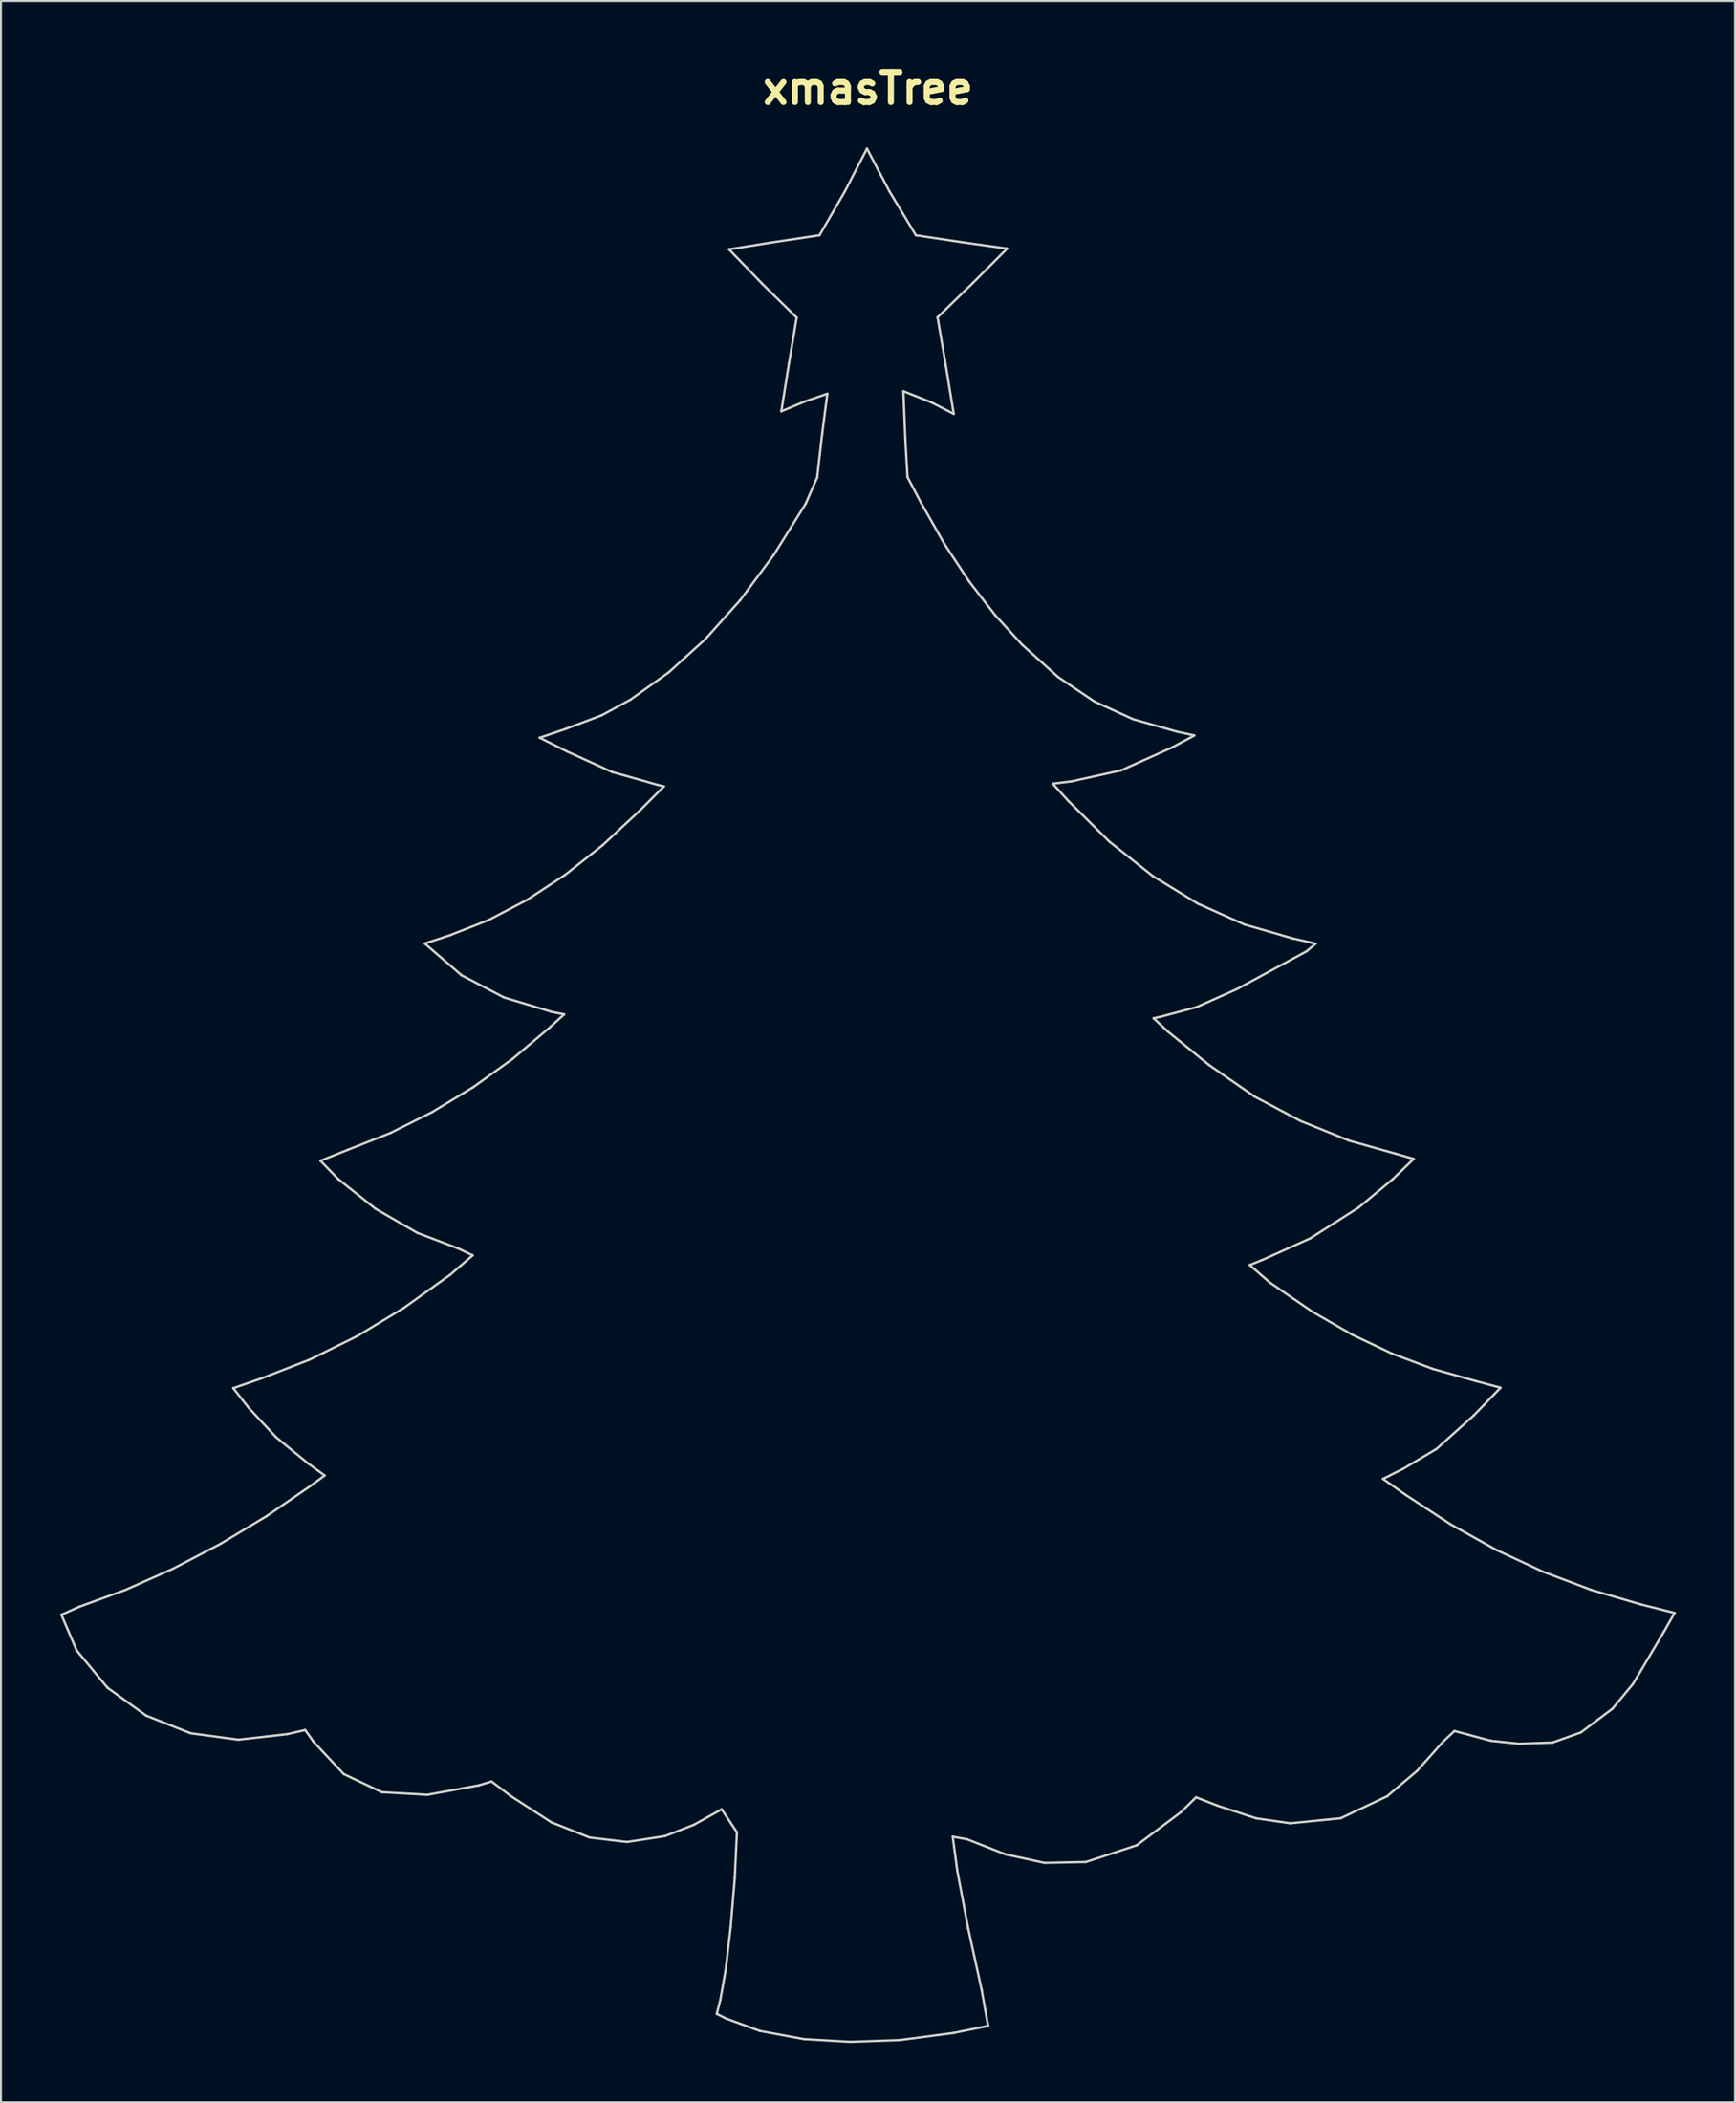
<source format=kicad_pcb>
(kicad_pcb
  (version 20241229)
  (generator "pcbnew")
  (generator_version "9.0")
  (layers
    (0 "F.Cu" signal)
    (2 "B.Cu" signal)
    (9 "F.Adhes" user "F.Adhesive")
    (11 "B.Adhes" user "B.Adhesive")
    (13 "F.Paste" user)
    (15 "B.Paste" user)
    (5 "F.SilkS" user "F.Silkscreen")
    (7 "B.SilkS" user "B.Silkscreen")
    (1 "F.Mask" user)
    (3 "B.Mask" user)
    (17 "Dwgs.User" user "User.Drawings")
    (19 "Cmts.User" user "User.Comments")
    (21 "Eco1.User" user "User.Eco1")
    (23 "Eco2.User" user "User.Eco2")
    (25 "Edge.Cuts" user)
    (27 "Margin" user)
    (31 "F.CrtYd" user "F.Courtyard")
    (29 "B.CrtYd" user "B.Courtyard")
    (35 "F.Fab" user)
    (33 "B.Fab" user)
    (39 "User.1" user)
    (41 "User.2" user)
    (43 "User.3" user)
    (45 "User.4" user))
  (footprint "xmasTree"
    (layer "F.Cu")
    (at 40.917 52.429)
    (property "Reference" "xmasTree" (at 0 -51.002 0) (layer "F.SilkS") (effects (font (size 1.524 1.524) (thickness 0.305))))
    (attr smd)
    (fp_line (start -40.857 26.28) (end -39.953 25.875) (stroke (width 0.12) (type solid)) (layer "Edge.Cuts"))
    (fp_line (start -40.085 28.086) (end -40.857 26.28) (stroke (width 0.12) (type solid)) (layer "Edge.Cuts"))
    (fp_line (start -39.953 25.875) (end -37.606 25.019) (stroke (width 0.12) (type solid)) (layer "Edge.Cuts"))
    (fp_line (start -38.523 29.975) (end -40.085 28.086) (stroke (width 0.12) (type solid)) (layer "Edge.Cuts"))
    (fp_line (start -37.606 25.019) (end -35.205 23.95) (stroke (width 0.12) (type solid)) (layer "Edge.Cuts"))
    (fp_line (start -36.563 31.387) (end -38.523 29.975) (stroke (width 0.12) (type solid)) (layer "Edge.Cuts"))
    (fp_line (start -35.205 23.95) (end -32.804 22.695) (stroke (width 0.12) (type solid)) (layer "Edge.Cuts"))
    (fp_line (start -34.317 32.279) (end -36.563 31.387) (stroke (width 0.12) (type solid)) (layer "Edge.Cuts"))
    (fp_line (start -32.804 22.695) (end -30.459 21.285) (stroke (width 0.12) (type solid)) (layer "Edge.Cuts"))
    (fp_line (start -32.153 14.806) (end -30.722 14.311) (stroke (width 0.12) (type solid)) (layer "Edge.Cuts"))
    (fp_line (start -31.895 32.606) (end -34.317 32.279) (stroke (width 0.12) (type solid)) (layer "Edge.Cuts"))
    (fp_line (start -31.372 15.8) (end -32.153 14.806) (stroke (width 0.12) (type solid)) (layer "Edge.Cuts"))
    (fp_line (start -30.722 14.311) (end -28.28 13.362) (stroke (width 0.12) (type solid)) (layer "Edge.Cuts"))
    (fp_line (start -30.459 21.285) (end -28.223 19.746) (stroke (width 0.12) (type solid)) (layer "Edge.Cuts"))
    (fp_line (start -29.978 17.295) (end -31.372 15.8) (stroke (width 0.12) (type solid)) (layer "Edge.Cuts"))
    (fp_line (start -29.408 32.324) (end -31.895 32.606) (stroke (width 0.12) (type solid)) (layer "Edge.Cuts"))
    (fp_line (start -28.508 32.115) (end -29.408 32.324) (stroke (width 0.12) (type solid)) (layer "Edge.Cuts"))
    (fp_line (start -28.378 18.606) (end -29.978 17.295) (stroke (width 0.12) (type solid)) (layer "Edge.Cuts"))
    (fp_line (start -28.28 13.362) (end -25.882 12.176) (stroke (width 0.12) (type solid)) (layer "Edge.Cuts"))
    (fp_line (start -28.223 19.746) (end -27.523 19.23) (stroke (width 0.12) (type solid)) (layer "Edge.Cuts"))
    (fp_line (start -28.086 32.709) (end -28.508 32.115) (stroke (width 0.12) (type solid)) (layer "Edge.Cuts"))
    (fp_line (start -27.736 3.293) (end -26.315 2.726) (stroke (width 0.12) (type solid)) (layer "Edge.Cuts"))
    (fp_line (start -27.523 19.23) (end -28.378 18.606) (stroke (width 0.12) (type solid)) (layer "Edge.Cuts"))
    (fp_line (start -26.832 4.223) (end -27.736 3.293) (stroke (width 0.12) (type solid)) (layer "Edge.Cuts"))
    (fp_line (start -26.554 34.348) (end -28.086 32.709) (stroke (width 0.12) (type solid)) (layer "Edge.Cuts"))
    (fp_line (start -26.315 2.726) (end -24.193 1.888) (stroke (width 0.12) (type solid)) (layer "Edge.Cuts"))
    (fp_line (start -25.882 12.176) (end -23.515 10.747) (stroke (width 0.12) (type solid)) (layer "Edge.Cuts"))
    (fp_line (start -24.941 5.726) (end -26.832 4.223) (stroke (width 0.12) (type solid)) (layer "Edge.Cuts"))
    (fp_line (start -24.627 35.262) (end -26.554 34.348) (stroke (width 0.12) (type solid)) (layer "Edge.Cuts"))
    (fp_line (start -24.193 1.888) (end -22.076 0.829) (stroke (width 0.12) (type solid)) (layer "Edge.Cuts"))
    (fp_line (start -23.515 10.747) (end -21.169 9.069) (stroke (width 0.12) (type solid)) (layer "Edge.Cuts"))
    (fp_line (start -22.833 6.942) (end -24.941 5.726) (stroke (width 0.12) (type solid)) (layer "Edge.Cuts"))
    (fp_line (start -22.453 -7.706) (end -21.176 -8.125) (stroke (width 0.12) (type solid)) (layer "Edge.Cuts"))
    (fp_line (start -22.316 35.394) (end -24.627 35.262) (stroke (width 0.12) (type solid)) (layer "Edge.Cuts"))
    (fp_line (start -22.076 0.829) (end -20.001 -0.43) (stroke (width 0.12) (type solid)) (layer "Edge.Cuts"))
    (fp_line (start -21.176 -8.125) (end -19.223 -8.892) (stroke (width 0.12) (type solid)) (layer "Edge.Cuts"))
    (fp_line (start -21.169 9.069) (end -20.026 8.083) (stroke (width 0.12) (type solid)) (layer "Edge.Cuts"))
    (fp_line (start -20.737 7.741) (end -22.833 6.942) (stroke (width 0.12) (type solid)) (layer "Edge.Cuts"))
    (fp_line (start -20.586 -6.097) (end -22.453 -7.706) (stroke (width 0.12) (type solid)) (layer "Edge.Cuts"))
    (fp_line (start -20.026 8.083) (end -20.737 7.741) (stroke (width 0.12) (type solid)) (layer "Edge.Cuts"))
    (fp_line (start -20.001 -0.43) (end -18.001 -1.867) (stroke (width 0.12) (type solid)) (layer "Edge.Cuts"))
    (fp_line (start -19.709 34.916) (end -22.316 35.394) (stroke (width 0.12) (type solid)) (layer "Edge.Cuts"))
    (fp_line (start -19.223 -8.892) (end -17.278 -9.911) (stroke (width 0.12) (type solid)) (layer "Edge.Cuts"))
    (fp_line (start -19.069 34.721) (end -19.709 34.916) (stroke (width 0.12) (type solid)) (layer "Edge.Cuts"))
    (fp_line (start -18.437 -4.975) (end -20.586 -6.097) (stroke (width 0.12) (type solid)) (layer "Edge.Cuts"))
    (fp_line (start -18.084 35.465) (end -19.069 34.721) (stroke (width 0.12) (type solid)) (layer "Edge.Cuts"))
    (fp_line (start -18.001 -1.867) (end -16.113 -3.461) (stroke (width 0.12) (type solid)) (layer "Edge.Cuts"))
    (fp_line (start -17.278 -9.911) (end -15.35 -11.176) (stroke (width 0.12) (type solid)) (layer "Edge.Cuts"))
    (fp_line (start -16.63 -18.126) (end -15.338 -18.563) (stroke (width 0.12) (type solid)) (layer "Edge.Cuts"))
    (fp_line (start -16.113 -3.461) (end -15.39 -4.122) (stroke (width 0.12) (type solid)) (layer "Edge.Cuts"))
    (fp_line (start -16.032 36.792) (end -18.084 35.465) (stroke (width 0.12) (type solid)) (layer "Edge.Cuts"))
    (fp_line (start -16.01 -4.243) (end -18.437 -4.975) (stroke (width 0.12) (type solid)) (layer "Edge.Cuts"))
    (fp_line (start -15.39 -4.122) (end -16.01 -4.243) (stroke (width 0.12) (type solid)) (layer "Edge.Cuts"))
    (fp_line (start -15.35 -11.176) (end -13.445 -12.682) (stroke (width 0.12) (type solid)) (layer "Edge.Cuts"))
    (fp_line (start -15.338 -18.563) (end -13.483 -19.264) (stroke (width 0.12) (type solid)) (layer "Edge.Cuts"))
    (fp_line (start -15.258 -17.437) (end -16.63 -18.126) (stroke (width 0.12) (type solid)) (layer "Edge.Cuts"))
    (fp_line (start -14.1 37.558) (end -16.032 36.792) (stroke (width 0.12) (type solid)) (layer "Edge.Cuts"))
    (fp_line (start -13.483 -19.264) (end -12.036 -20.051) (stroke (width 0.12) (type solid)) (layer "Edge.Cuts"))
    (fp_line (start -13.445 -12.682) (end -11.571 -14.425) (stroke (width 0.12) (type solid)) (layer "Edge.Cuts"))
    (fp_line (start -12.964 -16.392) (end -15.258 -17.437) (stroke (width 0.12) (type solid)) (layer "Edge.Cuts"))
    (fp_line (start -12.21 37.783) (end -14.1 37.558) (stroke (width 0.12) (type solid)) (layer "Edge.Cuts"))
    (fp_line (start -12.036 -20.051) (end -10.102 -21.428) (stroke (width 0.12) (type solid)) (layer "Edge.Cuts"))
    (fp_line (start -11.571 -14.425) (end -10.336 -15.663) (stroke (width 0.12) (type solid)) (layer "Edge.Cuts"))
    (fp_line (start -10.642 -15.735) (end -12.964 -16.392) (stroke (width 0.12) (type solid)) (layer "Edge.Cuts"))
    (fp_line (start -10.336 -15.663) (end -10.642 -15.735) (stroke (width 0.12) (type solid)) (layer "Edge.Cuts"))
    (fp_line (start -10.288 37.487) (end -12.21 37.783) (stroke (width 0.12) (type solid)) (layer "Edge.Cuts"))
    (fp_line (start -10.102 -21.428) (end -8.242 -23.114) (stroke (width 0.12) (type solid)) (layer "Edge.Cuts"))
    (fp_line (start -8.815 36.912) (end -10.288 37.487) (stroke (width 0.12) (type solid)) (layer "Edge.Cuts"))
    (fp_line (start -8.242 -23.114) (end -6.462 -25.104) (stroke (width 0.12) (type solid)) (layer "Edge.Cuts"))
    (fp_line (start -7.66 46.49) (end -7.479 45.777) (stroke (width 0.12) (type solid)) (layer "Edge.Cuts"))
    (fp_line (start -7.479 45.777) (end -7.211 44.272) (stroke (width 0.12) (type solid)) (layer "Edge.Cuts"))
    (fp_line (start -7.412 36.129) (end -8.815 36.912) (stroke (width 0.12) (type solid)) (layer "Edge.Cuts"))
    (fp_line (start -7.211 44.272) (end -6.954 42.081) (stroke (width 0.12) (type solid)) (layer "Edge.Cuts"))
    (fp_line (start -7.185 46.727) (end -7.66 46.49) (stroke (width 0.12) (type solid)) (layer "Edge.Cuts"))
    (fp_line (start -7.042 -42.854) (end -4.84 -43.208) (stroke (width 0.12) (type solid)) (layer "Edge.Cuts"))
    (fp_line (start -6.954 42.081) (end -6.75 39.618) (stroke (width 0.12) (type solid)) (layer "Edge.Cuts"))
    (fp_line (start -6.75 39.618) (end -6.639 37.294) (stroke (width 0.12) (type solid)) (layer "Edge.Cuts"))
    (fp_line (start -6.639 37.294) (end -7.412 36.129) (stroke (width 0.12) (type solid)) (layer "Edge.Cuts"))
    (fp_line (start -6.462 -25.104) (end -4.765 -27.394) (stroke (width 0.12) (type solid)) (layer "Edge.Cuts"))
    (fp_line (start -5.474 47.355) (end -7.185 46.727) (stroke (width 0.12) (type solid)) (layer "Edge.Cuts"))
    (fp_line (start -5.35 -41.103) (end -7.042 -42.854) (stroke (width 0.12) (type solid)) (layer "Edge.Cuts"))
    (fp_line (start -4.84 -43.208) (end -2.457 -43.567) (stroke (width 0.12) (type solid)) (layer "Edge.Cuts"))
    (fp_line (start -4.765 -27.394) (end -3.154 -29.979) (stroke (width 0.12) (type solid)) (layer "Edge.Cuts"))
    (fp_line (start -4.39 -34.652) (end -4.002 -37.09) (stroke (width 0.12) (type solid)) (layer "Edge.Cuts"))
    (fp_line (start -4.002 -37.09) (end -3.612 -39.398) (stroke (width 0.12) (type solid)) (layer "Edge.Cuts"))
    (fp_line (start -3.612 -39.398) (end -5.35 -41.103) (stroke (width 0.12) (type solid)) (layer "Edge.Cuts"))
    (fp_line (start -3.251 47.766) (end -5.474 47.355) (stroke (width 0.12) (type solid)) (layer "Edge.Cuts"))
    (fp_line (start -3.194 -35.154) (end -4.39 -34.652) (stroke (width 0.12) (type solid)) (layer "Edge.Cuts"))
    (fp_line (start -3.154 -29.979) (end -2.574 -31.302) (stroke (width 0.12) (type solid)) (layer "Edge.Cuts"))
    (fp_line (start -2.574 -31.302) (end -2.322 -33.519) (stroke (width 0.12) (type solid)) (layer "Edge.Cuts"))
    (fp_line (start -2.457 -43.567) (end -1.172 -45.785) (stroke (width 0.12) (type solid)) (layer "Edge.Cuts"))
    (fp_line (start -2.322 -33.519) (end -2.058 -35.542) (stroke (width 0.12) (type solid)) (layer "Edge.Cuts"))
    (fp_line (start -2.058 -35.542) (end -3.194 -35.154) (stroke (width 0.12) (type solid)) (layer "Edge.Cuts"))
    (fp_line (start -1.172 -45.785) (end -0.052 -47.954) (stroke (width 0.12) (type solid)) (layer "Edge.Cuts"))
    (fp_line (start -0.894 47.906) (end -3.251 47.766) (stroke (width 0.12) (type solid)) (layer "Edge.Cuts"))
    (fp_line (start -0.052 -47.954) (end 1.087 -45.788) (stroke (width 0.12) (type solid)) (layer "Edge.Cuts"))
    (fp_line (start 1.087 -45.788) (end 2.428 -43.566) (stroke (width 0.12) (type solid)) (layer "Edge.Cuts"))
    (fp_line (start 1.605 47.816) (end -0.894 47.906) (stroke (width 0.12) (type solid)) (layer "Edge.Cuts"))
    (fp_line (start 1.792 -35.671) (end 1.891 -33.238) (stroke (width 0.12) (type solid)) (layer "Edge.Cuts"))
    (fp_line (start 1.891 -33.238) (end 2.001 -31.32) (stroke (width 0.12) (type solid)) (layer "Edge.Cuts"))
    (fp_line (start 2.001 -31.32) (end 2.697 -30.003) (stroke (width 0.12) (type solid)) (layer "Edge.Cuts"))
    (fp_line (start 2.428 -43.566) (end 4.79 -43.21) (stroke (width 0.12) (type solid)) (layer "Edge.Cuts"))
    (fp_line (start 2.697 -30.003) (end 3.875 -27.929) (stroke (width 0.12) (type solid)) (layer "Edge.Cuts"))
    (fp_line (start 3.218 -35.102) (end 1.792 -35.671) (stroke (width 0.12) (type solid)) (layer "Edge.Cuts"))
    (fp_line (start 3.524 -39.413) (end 3.942 -36.968) (stroke (width 0.12) (type solid)) (layer "Edge.Cuts"))
    (fp_line (start 3.875 -27.929) (end 5.12 -26.042) (stroke (width 0.12) (type solid)) (layer "Edge.Cuts"))
    (fp_line (start 3.942 -36.968) (end 4.343 -34.523) (stroke (width 0.12) (type solid)) (layer "Edge.Cuts"))
    (fp_line (start 4.292 37.516) (end 4.521 39.232) (stroke (width 0.12) (type solid)) (layer "Edge.Cuts"))
    (fp_line (start 4.333 47.455) (end 1.605 47.816) (stroke (width 0.12) (type solid)) (layer "Edge.Cuts"))
    (fp_line (start 4.343 -34.523) (end 3.218 -35.102) (stroke (width 0.12) (type solid)) (layer "Edge.Cuts"))
    (fp_line (start 4.521 39.232) (end 5.076 42.168) (stroke (width 0.12) (type solid)) (layer "Edge.Cuts"))
    (fp_line (start 4.79 -43.21) (end 7.051 -42.892) (stroke (width 0.12) (type solid)) (layer "Edge.Cuts"))
    (fp_line (start 5.024 37.648) (end 4.292 37.516) (stroke (width 0.12) (type solid)) (layer "Edge.Cuts"))
    (fp_line (start 5.076 42.168) (end 5.757 45.272) (stroke (width 0.12) (type solid)) (layer "Edge.Cuts"))
    (fp_line (start 5.12 -26.042) (end 6.43 -24.345) (stroke (width 0.12) (type solid)) (layer "Edge.Cuts"))
    (fp_line (start 5.311 -41.152) (end 3.524 -39.413) (stroke (width 0.12) (type solid)) (layer "Edge.Cuts"))
    (fp_line (start 5.757 45.272) (end 6.085 47.098) (stroke (width 0.12) (type solid)) (layer "Edge.Cuts"))
    (fp_line (start 6.085 47.098) (end 4.333 47.455) (stroke (width 0.12) (type solid)) (layer "Edge.Cuts"))
    (fp_line (start 6.43 -24.345) (end 7.801 -22.842) (stroke (width 0.12) (type solid)) (layer "Edge.Cuts"))
    (fp_line (start 6.962 38.41) (end 5.024 37.648) (stroke (width 0.12) (type solid)) (layer "Edge.Cuts"))
    (fp_line (start 7.051 -42.892) (end 5.311 -41.152) (stroke (width 0.12) (type solid)) (layer "Edge.Cuts"))
    (fp_line (start 7.801 -22.842) (end 9.632 -21.196) (stroke (width 0.12) (type solid)) (layer "Edge.Cuts"))
    (fp_line (start 8.944 38.841) (end 6.962 38.41) (stroke (width 0.12) (type solid)) (layer "Edge.Cuts"))
    (fp_line (start 9.359 -15.797) (end 10.154 -14.921) (stroke (width 0.12) (type solid)) (layer "Edge.Cuts"))
    (fp_line (start 9.632 -21.196) (end 11.468 -19.959) (stroke (width 0.12) (type solid)) (layer "Edge.Cuts"))
    (fp_line (start 10.154 -14.921) (end 12.228 -12.864) (stroke (width 0.12) (type solid)) (layer "Edge.Cuts"))
    (fp_line (start 10.312 -15.917) (end 9.359 -15.797) (stroke (width 0.12) (type solid)) (layer "Edge.Cuts"))
    (fp_line (start 11.04 38.796) (end 8.944 38.841) (stroke (width 0.12) (type solid)) (layer "Edge.Cuts"))
    (fp_line (start 11.468 -19.959) (end 13.434 -19.061) (stroke (width 0.12) (type solid)) (layer "Edge.Cuts"))
    (fp_line (start 12.228 -12.864) (end 14.418 -11.128) (stroke (width 0.12) (type solid)) (layer "Edge.Cuts"))
    (fp_line (start 12.823 -16.474) (end 10.312 -15.917) (stroke (width 0.12) (type solid)) (layer "Edge.Cuts"))
    (fp_line (start 13.434 -19.061) (end 15.657 -18.432) (stroke (width 0.12) (type solid)) (layer "Edge.Cuts"))
    (fp_line (start 13.607 37.954) (end 11.04 38.796) (stroke (width 0.12) (type solid)) (layer "Edge.Cuts"))
    (fp_line (start 14.418 -11.128) (end 16.705 -9.726) (stroke (width 0.12) (type solid)) (layer "Edge.Cuts"))
    (fp_line (start 14.468 -3.922) (end 15.191 -3.247) (stroke (width 0.12) (type solid)) (layer "Edge.Cuts"))
    (fp_line (start 14.778 -3.989) (end 14.468 -3.922) (stroke (width 0.12) (type solid)) (layer "Edge.Cuts"))
    (fp_line (start 15.191 -3.247) (end 17.275 -1.555) (stroke (width 0.12) (type solid)) (layer "Edge.Cuts"))
    (fp_line (start 15.399 -17.631) (end 12.823 -16.474) (stroke (width 0.12) (type solid)) (layer "Edge.Cuts"))
    (fp_line (start 15.657 -18.432) (end 16.534 -18.242) (stroke (width 0.12) (type solid)) (layer "Edge.Cuts"))
    (fp_line (start 15.853 36.274) (end 13.607 37.954) (stroke (width 0.12) (type solid)) (layer "Edge.Cuts"))
    (fp_line (start 16.534 -18.242) (end 15.399 -17.631) (stroke (width 0.12) (type solid)) (layer "Edge.Cuts"))
    (fp_line (start 16.618 35.522) (end 15.853 36.274) (stroke (width 0.12) (type solid)) (layer "Edge.Cuts"))
    (fp_line (start 16.642 -4.485) (end 14.778 -3.989) (stroke (width 0.12) (type solid)) (layer "Edge.Cuts"))
    (fp_line (start 16.705 -9.726) (end 19.07 -8.669) (stroke (width 0.12) (type solid)) (layer "Edge.Cuts"))
    (fp_line (start 17.275 -1.555) (end 19.582 0.043) (stroke (width 0.12) (type solid)) (layer "Edge.Cuts"))
    (fp_line (start 17.696 35.943) (end 16.618 35.522) (stroke (width 0.12) (type solid)) (layer "Edge.Cuts"))
    (fp_line (start 18.685 -5.397) (end 16.642 -4.485) (stroke (width 0.12) (type solid)) (layer "Edge.Cuts"))
    (fp_line (start 19.07 -8.669) (end 21.494 -7.968) (stroke (width 0.12) (type solid)) (layer "Edge.Cuts"))
    (fp_line (start 19.337 8.573) (end 20.354 9.459) (stroke (width 0.12) (type solid)) (layer "Edge.Cuts"))
    (fp_line (start 19.582 0.043) (end 21.902 1.274) (stroke (width 0.12) (type solid)) (layer "Edge.Cuts"))
    (fp_line (start 19.656 36.585) (end 17.696 35.943) (stroke (width 0.12) (type solid)) (layer "Edge.Cuts"))
    (fp_line (start 19.996 8.306) (end 19.337 8.573) (stroke (width 0.12) (type solid)) (layer "Edge.Cuts"))
    (fp_line (start 20.354 9.459) (end 22.522 10.944) (stroke (width 0.12) (type solid)) (layer "Edge.Cuts"))
    (fp_line (start 21.391 36.837) (end 19.656 36.585) (stroke (width 0.12) (type solid)) (layer "Edge.Cuts"))
    (fp_line (start 21.494 -7.968) (end 22.678 -7.7) (stroke (width 0.12) (type solid)) (layer "Edge.Cuts"))
    (fp_line (start 21.902 1.274) (end 24.38 2.277) (stroke (width 0.12) (type solid)) (layer "Edge.Cuts"))
    (fp_line (start 22.213 -7.31) (end 18.685 -5.397) (stroke (width 0.12) (type solid)) (layer "Edge.Cuts"))
    (fp_line (start 22.396 7.225) (end 19.996 8.306) (stroke (width 0.12) (type solid)) (layer "Edge.Cuts"))
    (fp_line (start 22.522 10.944) (end 24.538 12.106) (stroke (width 0.12) (type solid)) (layer "Edge.Cuts"))
    (fp_line (start 22.678 -7.7) (end 22.213 -7.31) (stroke (width 0.12) (type solid)) (layer "Edge.Cuts"))
    (fp_line (start 23.94 36.582) (end 21.391 36.837) (stroke (width 0.12) (type solid)) (layer "Edge.Cuts"))
    (fp_line (start 24.38 2.277) (end 26.737 2.94) (stroke (width 0.12) (type solid)) (layer "Edge.Cuts"))
    (fp_line (start 24.538 12.106) (end 26.544 13.059) (stroke (width 0.12) (type solid)) (layer "Edge.Cuts"))
    (fp_line (start 24.852 5.66) (end 22.396 7.225) (stroke (width 0.12) (type solid)) (layer "Edge.Cuts"))
    (fp_line (start 26.086 19.401) (end 27.221 20.201) (stroke (width 0.12) (type solid)) (layer "Edge.Cuts"))
    (fp_line (start 26.291 35.472) (end 23.94 36.582) (stroke (width 0.12) (type solid)) (layer "Edge.Cuts"))
    (fp_line (start 26.544 13.059) (end 28.602 13.829) (stroke (width 0.12) (type solid)) (layer "Edge.Cuts"))
    (fp_line (start 26.575 4.232) (end 24.852 5.66) (stroke (width 0.12) (type solid)) (layer "Edge.Cuts"))
    (fp_line (start 26.737 2.94) (end 27.641 3.2) (stroke (width 0.12) (type solid)) (layer "Edge.Cuts"))
    (fp_line (start 27.112 18.887) (end 26.086 19.401) (stroke (width 0.12) (type solid)) (layer "Edge.Cuts"))
    (fp_line (start 27.221 20.201) (end 29.507 21.7) (stroke (width 0.12) (type solid)) (layer "Edge.Cuts"))
    (fp_line (start 27.641 3.2) (end 26.575 4.232) (stroke (width 0.12) (type solid)) (layer "Edge.Cuts"))
    (fp_line (start 27.812 34.186) (end 26.291 35.472) (stroke (width 0.12) (type solid)) (layer "Edge.Cuts"))
    (fp_line (start 28.602 13.829) (end 30.775 14.444) (stroke (width 0.12) (type solid)) (layer "Edge.Cuts"))
    (fp_line (start 28.794 17.886) (end 27.112 18.887) (stroke (width 0.12) (type solid)) (layer "Edge.Cuts"))
    (fp_line (start 29.146 32.69) (end 27.812 34.186) (stroke (width 0.12) (type solid)) (layer "Edge.Cuts"))
    (fp_line (start 29.507 21.7) (end 31.829 22.999) (stroke (width 0.12) (type solid)) (layer "Edge.Cuts"))
    (fp_line (start 29.707 32.165) (end 29.146 32.69) (stroke (width 0.12) (type solid)) (layer "Edge.Cuts"))
    (fp_line (start 30.702 16.172) (end 28.794 17.886) (stroke (width 0.12) (type solid)) (layer "Edge.Cuts"))
    (fp_line (start 30.775 14.444) (end 32.04 14.784) (stroke (width 0.12) (type solid)) (layer "Edge.Cuts"))
    (fp_line (start 31.54 32.659) (end 29.707 32.165) (stroke (width 0.12) (type solid)) (layer "Edge.Cuts"))
    (fp_line (start 31.829 22.999) (end 34.198 24.104) (stroke (width 0.12) (type solid)) (layer "Edge.Cuts"))
    (fp_line (start 32.04 14.784) (end 30.702 16.172) (stroke (width 0.12) (type solid)) (layer "Edge.Cuts"))
    (fp_line (start 32.975 32.809) (end 31.54 32.659) (stroke (width 0.12) (type solid)) (layer "Edge.Cuts"))
    (fp_line (start 34.198 24.104) (end 36.628 25.019) (stroke (width 0.12) (type solid)) (layer "Edge.Cuts"))
    (fp_line (start 34.677 32.749) (end 32.975 32.809) (stroke (width 0.12) (type solid)) (layer "Edge.Cuts"))
    (fp_line (start 36.113 32.237) (end 34.677 32.749) (stroke (width 0.12) (type solid)) (layer "Edge.Cuts"))
    (fp_line (start 36.628 25.019) (end 39.131 25.752) (stroke (width 0.12) (type solid)) (layer "Edge.Cuts"))
    (fp_line (start 37.714 31.033) (end 36.113 32.237) (stroke (width 0.12) (type solid)) (layer "Edge.Cuts"))
    (fp_line (start 38.753 29.779) (end 37.714 31.033) (stroke (width 0.12) (type solid)) (layer "Edge.Cuts"))
    (fp_line (start 39.131 25.752) (end 40.857 26.189) (stroke (width 0.12) (type solid)) (layer "Edge.Cuts"))
    (fp_line (start 40.333 27.111) (end 38.753 29.779) (stroke (width 0.12) (type solid)) (layer "Edge.Cuts"))
    (fp_line (start 40.857 26.189) (end 40.333 27.111) (stroke (width 0.12) (type solid)) (layer "Edge.Cuts")))
  (gr_rect
    (start -3 -3)
    (end 84.835 103.395)
    (stroke (width 0.1) (type default))
    (fill no)
    (layer "Edge.Cuts")))
</source>
